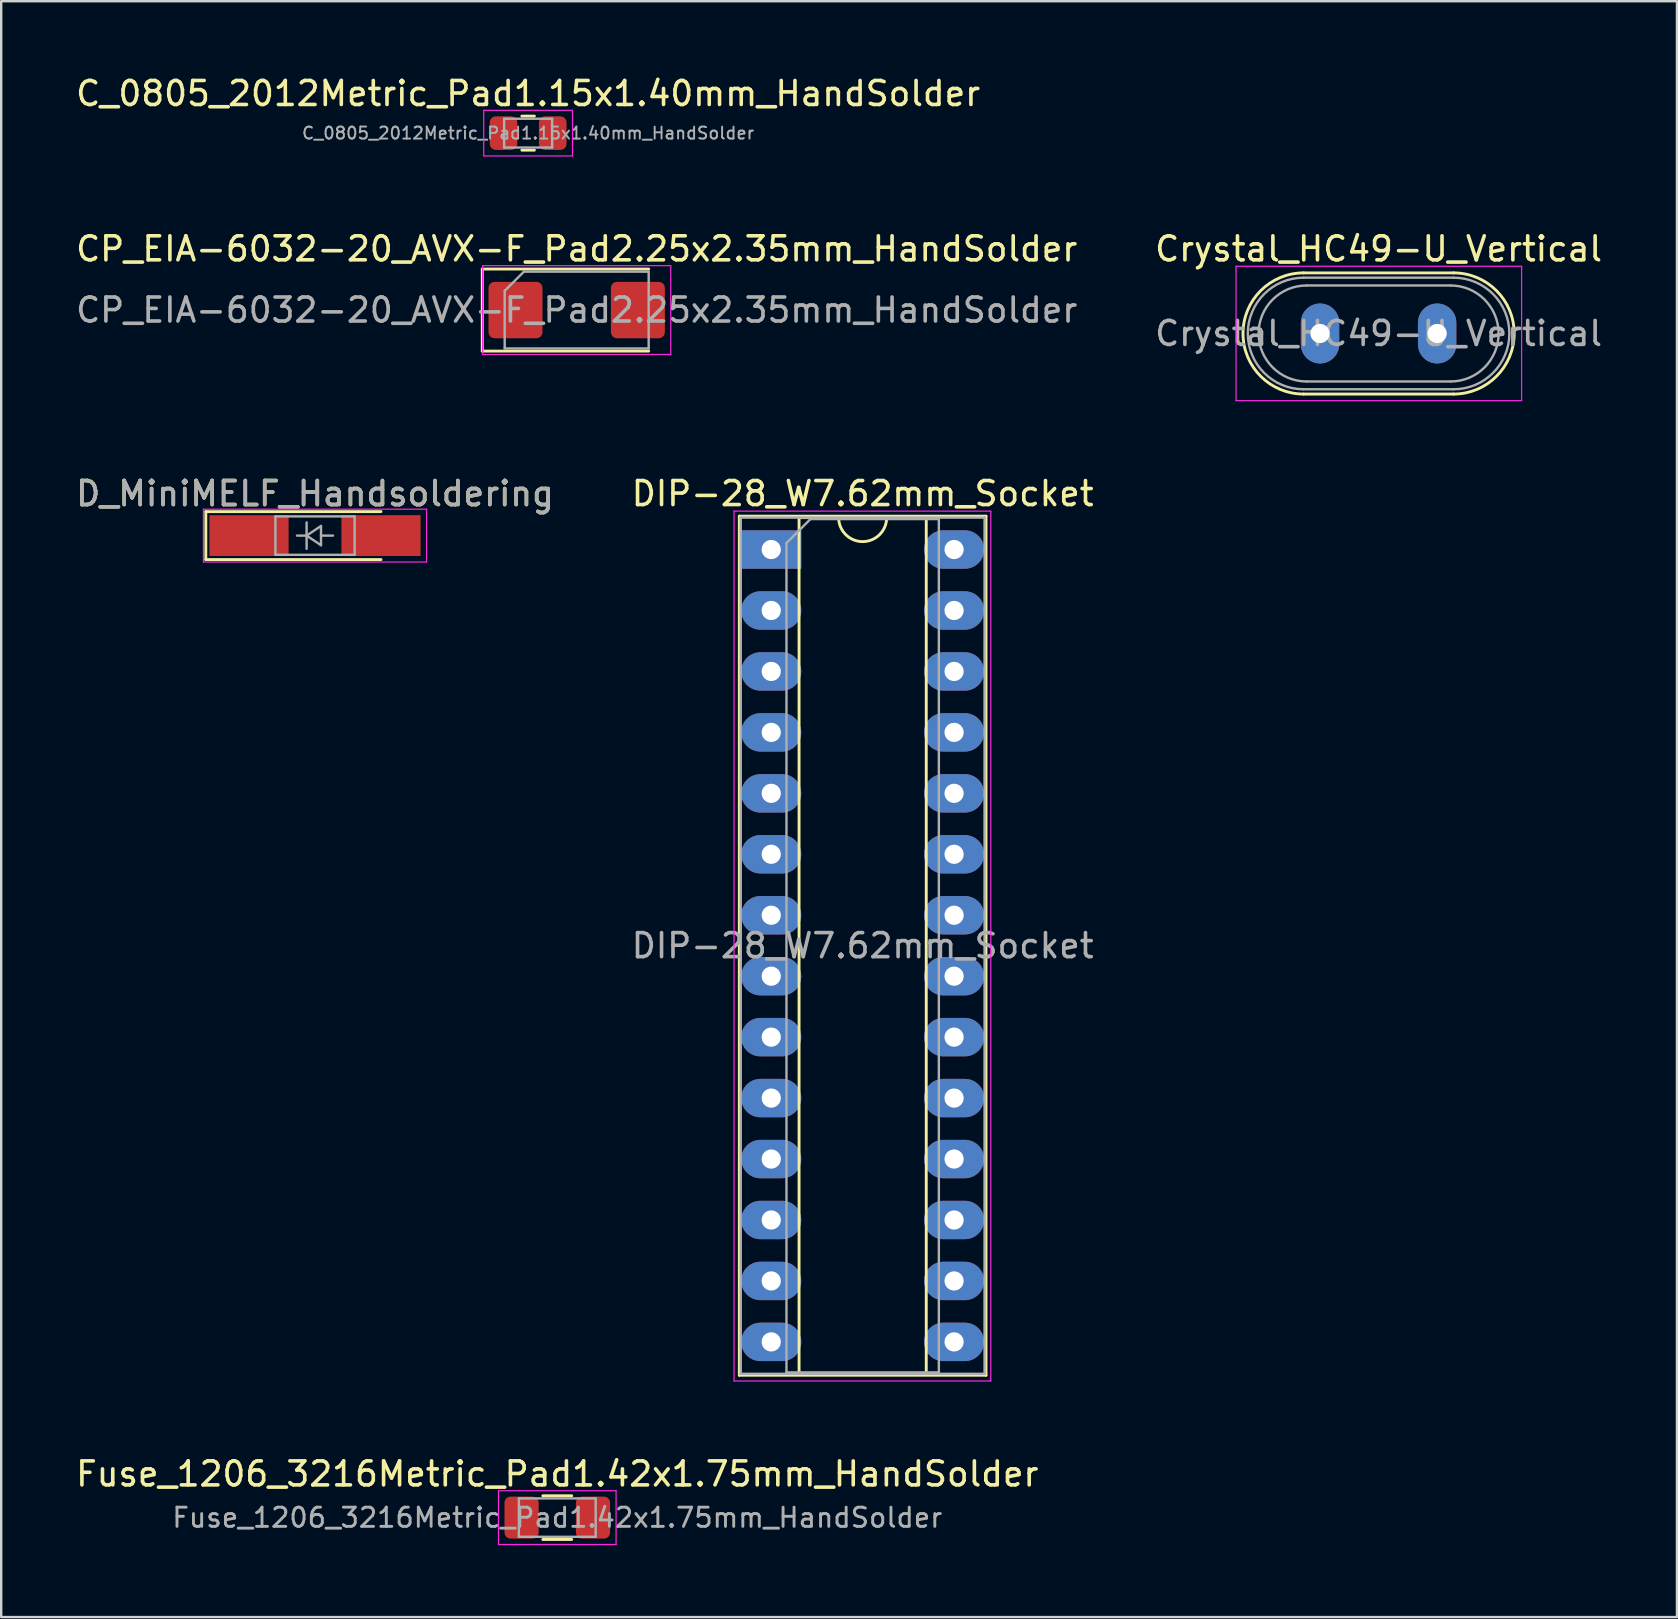
<source format=kicad_pcb>
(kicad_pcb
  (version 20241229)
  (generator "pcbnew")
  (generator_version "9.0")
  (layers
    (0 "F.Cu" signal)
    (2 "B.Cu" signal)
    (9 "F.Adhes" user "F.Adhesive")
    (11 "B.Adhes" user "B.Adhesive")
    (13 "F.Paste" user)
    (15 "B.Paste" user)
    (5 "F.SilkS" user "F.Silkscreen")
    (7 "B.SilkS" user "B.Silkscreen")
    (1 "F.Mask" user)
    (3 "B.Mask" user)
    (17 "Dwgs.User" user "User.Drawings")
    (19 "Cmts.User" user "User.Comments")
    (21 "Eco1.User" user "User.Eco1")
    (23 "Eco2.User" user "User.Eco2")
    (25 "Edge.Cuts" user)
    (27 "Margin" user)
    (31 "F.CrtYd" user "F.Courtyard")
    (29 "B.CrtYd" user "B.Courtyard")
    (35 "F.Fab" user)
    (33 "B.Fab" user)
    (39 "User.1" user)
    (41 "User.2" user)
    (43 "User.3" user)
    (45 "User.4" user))
  (footprint "Fuse_1206_3216Metric_Pad1.42x1.75mm_HandSolder"
    (layer "F.Cu")
    (at 20.173 60.193)
    (property "Reference" "Fuse_1206_3216Metric_Pad1.42x1.75mm_HandSolder" (at 0 -1.82 180) (layer "F.SilkS") (effects (font (size 1 1) (thickness 0.15))))
    (attr smd)
    (fp_line (start -0.602 -0.91) (end 0.602 -0.91) (stroke (width 0.12) (type solid)) (layer "F.SilkS"))
    (fp_line (start -0.602 0.91) (end 0.602 0.91) (stroke (width 0.12) (type solid)) (layer "F.SilkS"))
    (fp_line (start -2.45 -1.12) (end 2.45 -1.12) (stroke (width 0.05) (type solid)) (layer "F.CrtYd"))
    (fp_line (start -2.45 1.12) (end -2.45 -1.12) (stroke (width 0.05) (type solid)) (layer "F.CrtYd"))
    (fp_line (start 2.45 -1.12) (end 2.45 1.12) (stroke (width 0.05) (type solid)) (layer "F.CrtYd"))
    (fp_line (start 2.45 1.12) (end -2.45 1.12) (stroke (width 0.05) (type solid)) (layer "F.CrtYd"))
    (fp_line (start -1.6 -0.8) (end 1.6 -0.8) (stroke (width 0.1) (type solid)) (layer "F.Fab"))
    (fp_line (start -1.6 0.8) (end -1.6 -0.8) (stroke (width 0.1) (type solid)) (layer "F.Fab"))
    (fp_line (start 1.6 -0.8) (end 1.6 0.8) (stroke (width 0.1) (type solid)) (layer "F.Fab"))
    (fp_line (start 1.6 0.8) (end -1.6 0.8) (stroke (width 0.1) (type solid)) (layer "F.Fab"))
    (fp_text user "${REFERENCE}" (at 0 0 180) (layer "F.Fab") (effects (font (size 0.8 0.8) (thickness 0.12))))
    (pad "1" smd roundrect (at -1.488 0) (size 1.425 1.75) (layers "F.Cu" "F.Mask" "F.Paste") (roundrect_rratio 0.175))
    (pad "2" smd roundrect (at 1.488 0) (size 1.425 1.75) (layers "F.Cu" "F.Mask" "F.Paste") (roundrect_rratio 0.175)))
  (footprint "Crystal_HC49-U_Vertical"
    (layer "F.Cu")
    (at 51.959 10.847)
    (property "Reference" "Crystal_HC49-U_Vertical" (at 2.44 -3.525 180) (layer "F.SilkS") (effects (font (size 1 1) (thickness 0.15))))
    (attr through_hole)
    (fp_line (start -0.685 -2.525) (end 5.565 -2.525) (stroke (width 0.12) (type solid)) (layer "F.SilkS"))
    (fp_line (start -0.685 2.525) (end 5.565 2.525) (stroke (width 0.12) (type solid)) (layer "F.SilkS"))
    (fp_arc (start -0.685 2.525) (mid -3.21 0) (end -0.685 -2.525) (stroke (width 0.12) (type solid)) (layer "F.SilkS"))
    (fp_arc (start 5.565 -2.525) (mid 8.09 0) (end 5.565 2.525) (stroke (width 0.12) (type solid)) (layer "F.SilkS"))
    (fp_line (start -3.5 -2.8) (end -3.5 2.8) (stroke (width 0.05) (type solid)) (layer "F.CrtYd"))
    (fp_line (start -3.5 2.8) (end 8.4 2.8) (stroke (width 0.05) (type solid)) (layer "F.CrtYd"))
    (fp_line (start 8.4 -2.8) (end -3.5 -2.8) (stroke (width 0.05) (type solid)) (layer "F.CrtYd"))
    (fp_line (start 8.4 2.8) (end 8.4 -2.8) (stroke (width 0.05) (type solid)) (layer "F.CrtYd"))
    (fp_line (start -0.685 -2.325) (end 5.565 -2.325) (stroke (width 0.1) (type solid)) (layer "F.Fab"))
    (fp_line (start -0.685 2.325) (end 5.565 2.325) (stroke (width 0.1) (type solid)) (layer "F.Fab"))
    (fp_line (start -0.56 -2) (end 5.44 -2) (stroke (width 0.1) (type solid)) (layer "F.Fab"))
    (fp_line (start -0.56 2) (end 5.44 2) (stroke (width 0.1) (type solid)) (layer "F.Fab"))
    (fp_arc (start -0.685 2.325) (mid -3.01 0) (end -0.685 -2.325) (stroke (width 0.1) (type solid)) (layer "F.Fab"))
    (fp_arc (start -0.56 2) (mid -2.56 0) (end -0.56 -2) (stroke (width 0.1) (type solid)) (layer "F.Fab"))
    (fp_arc (start 5.44 -2) (mid 7.44 0) (end 5.44 2) (stroke (width 0.1) (type solid)) (layer "F.Fab"))
    (fp_arc (start 5.565 -2.325) (mid 7.89 0) (end 5.565 2.325) (stroke (width 0.1) (type solid)) (layer "F.Fab"))
    (fp_text user "${REFERENCE}" (at 2.44 0 180) (layer "F.Fab") (effects (font (size 1 1) (thickness 0.15))))
    (pad "1" thru_hole oval (at 0 0) (size 1.6 2.5) (drill 0.8) (layers "*.Cu" "*.Mask"))
    (pad "2" thru_hole oval (at 4.88 0) (size 1.6 2.5) (drill 0.8) (layers "*.Cu" "*.Mask")))
  (footprint "C_0805_2012Metric_Pad1.15x1.40mm_HandSolder"
    (layer "F.Cu")
    (at 18.958 2.498)
    (property "Reference" "C_0805_2012Metric_Pad1.15x1.40mm_HandSolder" (at 0 -1.65 0) (layer "F.SilkS") (effects (font (size 1 1) (thickness 0.15))))
    (attr smd)
    (fp_line (start -0.261 -0.71) (end 0.261 -0.71) (stroke (width 0.12) (type solid)) (layer "F.SilkS"))
    (fp_line (start -0.261 0.71) (end 0.261 0.71) (stroke (width 0.12) (type solid)) (layer "F.SilkS"))
    (fp_line (start -1.85 -0.95) (end 1.85 -0.95) (stroke (width 0.05) (type solid)) (layer "F.CrtYd"))
    (fp_line (start -1.85 0.95) (end -1.85 -0.95) (stroke (width 0.05) (type solid)) (layer "F.CrtYd"))
    (fp_line (start 1.85 -0.95) (end 1.85 0.95) (stroke (width 0.05) (type solid)) (layer "F.CrtYd"))
    (fp_line (start 1.85 0.95) (end -1.85 0.95) (stroke (width 0.05) (type solid)) (layer "F.CrtYd"))
    (fp_line (start -1 -0.6) (end 1 -0.6) (stroke (width 0.1) (type solid)) (layer "F.Fab"))
    (fp_line (start -1 0.6) (end -1 -0.6) (stroke (width 0.1) (type solid)) (layer "F.Fab"))
    (fp_line (start 1 -0.6) (end 1 0.6) (stroke (width 0.1) (type solid)) (layer "F.Fab"))
    (fp_line (start 1 0.6) (end -1 0.6) (stroke (width 0.1) (type solid)) (layer "F.Fab"))
    (fp_text user "${REFERENCE}" (at 0 0 0) (layer "F.Fab") (effects (font (size 0.5 0.5) (thickness 0.08))))
    (pad "1" smd roundrect (at -1.025 0) (size 1.15 1.4) (layers "F.Cu" "F.Mask" "F.Paste") (roundrect_rratio 0.217))
    (pad "2" smd roundrect (at 1.025 0) (size 1.15 1.4) (layers "F.Cu" "F.Mask" "F.Paste") (roundrect_rratio 0.217)))
  (footprint "DIP-28_W7.62mm_Socket"
    (layer "F.Cu")
    (at 29.089 19.85)
    (property "Reference" "DIP-28_W7.62mm_Socket" (at 3.81 -2.33 0) (layer "F.SilkS") (effects (font (size 1 1) (thickness 0.15))))
    (attr through_hole)
    (fp_line (start -1.33 -1.39) (end -1.33 34.41) (stroke (width 0.12) (type solid)) (layer "F.SilkS"))
    (fp_line (start -1.33 34.41) (end 8.95 34.41) (stroke (width 0.12) (type solid)) (layer "F.SilkS"))
    (fp_line (start 1.16 -1.33) (end 1.16 34.35) (stroke (width 0.12) (type solid)) (layer "F.SilkS"))
    (fp_line (start 1.16 34.35) (end 6.46 34.35) (stroke (width 0.12) (type solid)) (layer "F.SilkS"))
    (fp_line (start 2.81 -1.33) (end 1.16 -1.33) (stroke (width 0.12) (type solid)) (layer "F.SilkS"))
    (fp_line (start 6.46 -1.33) (end 4.81 -1.33) (stroke (width 0.12) (type solid)) (layer "F.SilkS"))
    (fp_line (start 6.46 34.35) (end 6.46 -1.33) (stroke (width 0.12) (type solid)) (layer "F.SilkS"))
    (fp_line (start 8.95 -1.39) (end -1.33 -1.39) (stroke (width 0.12) (type solid)) (layer "F.SilkS"))
    (fp_line (start 8.95 34.41) (end 8.95 -1.39) (stroke (width 0.12) (type solid)) (layer "F.SilkS"))
    (fp_arc (start 4.81 -1.33) (mid 3.81 -0.33) (end 2.81 -1.33) (stroke (width 0.12) (type solid)) (layer "F.SilkS"))
    (fp_line (start -1.55 -1.6) (end -1.55 34.65) (stroke (width 0.05) (type solid)) (layer "F.CrtYd"))
    (fp_line (start -1.55 34.65) (end 9.15 34.65) (stroke (width 0.05) (type solid)) (layer "F.CrtYd"))
    (fp_line (start 9.15 -1.6) (end -1.55 -1.6) (stroke (width 0.05) (type solid)) (layer "F.CrtYd"))
    (fp_line (start 9.15 34.65) (end 9.15 -1.6) (stroke (width 0.05) (type solid)) (layer "F.CrtYd"))
    (fp_line (start -1.27 -1.33) (end -1.27 34.35) (stroke (width 0.1) (type solid)) (layer "F.Fab"))
    (fp_line (start -1.27 34.35) (end 8.89 34.35) (stroke (width 0.1) (type solid)) (layer "F.Fab"))
    (fp_line (start 0.635 -0.27) (end 1.635 -1.27) (stroke (width 0.1) (type solid)) (layer "F.Fab"))
    (fp_line (start 0.635 34.29) (end 0.635 -0.27) (stroke (width 0.1) (type solid)) (layer "F.Fab"))
    (fp_line (start 1.635 -1.27) (end 6.985 -1.27) (stroke (width 0.1) (type solid)) (layer "F.Fab"))
    (fp_line (start 6.985 -1.27) (end 6.985 34.29) (stroke (width 0.1) (type solid)) (layer "F.Fab"))
    (fp_line (start 6.985 34.29) (end 0.635 34.29) (stroke (width 0.1) (type solid)) (layer "F.Fab"))
    (fp_line (start 8.89 -1.33) (end -1.27 -1.33) (stroke (width 0.1) (type solid)) (layer "F.Fab"))
    (fp_line (start 8.89 34.35) (end 8.89 -1.33) (stroke (width 0.1) (type solid)) (layer "F.Fab"))
    (fp_text user "${REFERENCE}" (at 3.81 16.51 0) (layer "F.Fab") (effects (font (size 1 1) (thickness 0.15))))
    (pad "1" thru_hole rect (at 0 0) (size 2.5 1.6) (drill 0.8) (layers "*.Cu" "*.Mask"))
    (pad "2" thru_hole oval (at 0 2.54) (size 2.5 1.6) (drill 0.8) (layers "*.Cu" "*.Mask"))
    (pad "3" thru_hole oval (at 0 5.08) (size 2.5 1.6) (drill 0.8) (layers "*.Cu" "*.Mask"))
    (pad "4" thru_hole oval (at 0 7.62) (size 2.5 1.6) (drill 0.8) (layers "*.Cu" "*.Mask"))
    (pad "5" thru_hole oval (at 0 10.16) (size 2.5 1.6) (drill 0.8) (layers "*.Cu" "*.Mask"))
    (pad "6" thru_hole oval (at 0 12.7) (size 2.5 1.6) (drill 0.8) (layers "*.Cu" "*.Mask"))
    (pad "7" thru_hole oval (at 0 15.24) (size 2.5 1.6) (drill 0.8) (layers "*.Cu" "*.Mask"))
    (pad "8" thru_hole oval (at 0 17.78) (size 2.5 1.6) (drill 0.8) (layers "*.Cu" "*.Mask"))
    (pad "9" thru_hole oval (at 0 20.32) (size 2.5 1.6) (drill 0.8) (layers "*.Cu" "*.Mask"))
    (pad "10" thru_hole oval (at 0 22.86) (size 2.5 1.6) (drill 0.8) (layers "*.Cu" "*.Mask"))
    (pad "11" thru_hole oval (at 0 25.4) (size 2.5 1.6) (drill 0.8) (layers "*.Cu" "*.Mask"))
    (pad "12" thru_hole oval (at 0 27.94) (size 2.5 1.6) (drill 0.8) (layers "*.Cu" "*.Mask"))
    (pad "13" thru_hole oval (at 0 30.48) (size 2.5 1.6) (drill 0.8) (layers "*.Cu" "*.Mask"))
    (pad "14" thru_hole oval (at 0 33.02) (size 2.5 1.6) (drill 0.8) (layers "*.Cu" "*.Mask"))
    (pad "15" thru_hole oval (at 7.62 33.02) (size 2.5 1.6) (drill 0.8) (layers "*.Cu" "*.Mask"))
    (pad "16" thru_hole oval (at 7.62 30.48) (size 2.5 1.6) (drill 0.8) (layers "*.Cu" "*.Mask"))
    (pad "17" thru_hole oval (at 7.62 27.94) (size 2.5 1.6) (drill 0.8) (layers "*.Cu" "*.Mask"))
    (pad "18" thru_hole oval (at 7.62 25.4) (size 2.5 1.6) (drill 0.8) (layers "*.Cu" "*.Mask"))
    (pad "19" thru_hole oval (at 7.62 22.86) (size 2.5 1.6) (drill 0.8) (layers "*.Cu" "*.Mask"))
    (pad "20" thru_hole oval (at 7.62 20.32) (size 2.5 1.6) (drill 0.8) (layers "*.Cu" "*.Mask"))
    (pad "21" thru_hole oval (at 7.62 17.78) (size 2.5 1.6) (drill 0.8) (layers "*.Cu" "*.Mask"))
    (pad "22" thru_hole oval (at 7.62 15.24) (size 2.5 1.6) (drill 0.8) (layers "*.Cu" "*.Mask"))
    (pad "23" thru_hole oval (at 7.62 12.7) (size 2.5 1.6) (drill 0.8) (layers "*.Cu" "*.Mask"))
    (pad "24" thru_hole oval (at 7.62 10.16) (size 2.5 1.6) (drill 0.8) (layers "*.Cu" "*.Mask"))
    (pad "25" thru_hole oval (at 7.62 7.62) (size 2.5 1.6) (drill 0.8) (layers "*.Cu" "*.Mask"))
    (pad "26" thru_hole oval (at 7.62 5.08) (size 2.5 1.6) (drill 0.8) (layers "*.Cu" "*.Mask"))
    (pad "27" thru_hole oval (at 7.62 2.54) (size 2.5 1.6) (drill 0.8) (layers "*.Cu" "*.Mask"))
    (pad "28" thru_hole oval (at 7.62 0) (size 2.5 1.6) (drill 0.8) (layers "*.Cu" "*.Mask")))
  (footprint "CP_EIA-6032-20_AVX-F_Pad2.25x2.35mm_HandSolder"
    (layer "F.Cu")
    (at 20.982 9.871)
    (property "Reference" "CP_EIA-6032-20_AVX-F_Pad2.25x2.35mm_HandSolder" (at 0 -2.55 0) (layer "F.SilkS") (effects (font (size 1 1) (thickness 0.15))))
    (attr smd)
    (fp_line (start -3.935 -1.71) (end -3.935 1.71) (stroke (width 0.12) (type solid)) (layer "F.SilkS"))
    (fp_line (start -3.935 1.71) (end 3 1.71) (stroke (width 0.12) (type solid)) (layer "F.SilkS"))
    (fp_line (start 3 -1.71) (end -3.935 -1.71) (stroke (width 0.12) (type solid)) (layer "F.SilkS"))
    (fp_line (start -3.92 -1.85) (end 3.92 -1.85) (stroke (width 0.05) (type solid)) (layer "F.CrtYd"))
    (fp_line (start -3.92 1.85) (end -3.92 -1.85) (stroke (width 0.05) (type solid)) (layer "F.CrtYd"))
    (fp_line (start 3.92 -1.85) (end 3.92 1.85) (stroke (width 0.05) (type solid)) (layer "F.CrtYd"))
    (fp_line (start 3.92 1.85) (end -3.92 1.85) (stroke (width 0.05) (type solid)) (layer "F.CrtYd"))
    (fp_line (start -3 -0.8) (end -3 1.6) (stroke (width 0.1) (type solid)) (layer "F.Fab"))
    (fp_line (start -3 1.6) (end 3 1.6) (stroke (width 0.1) (type solid)) (layer "F.Fab"))
    (fp_line (start -2.2 -1.6) (end -3 -0.8) (stroke (width 0.1) (type solid)) (layer "F.Fab"))
    (fp_line (start 3 -1.6) (end -2.2 -1.6) (stroke (width 0.1) (type solid)) (layer "F.Fab"))
    (fp_line (start 3 1.6) (end 3 -1.6) (stroke (width 0.1) (type solid)) (layer "F.Fab"))
    (fp_text user "${REFERENCE}" (at 0 0 0) (layer "F.Fab") (effects (font (size 1 1) (thickness 0.15))))
    (pad "1" smd roundrect (at -2.55 0) (size 2.25 2.35) (layers "F.Cu" "F.Mask" "F.Paste") (roundrect_rratio 0.111))
    (pad "2" smd roundrect (at 2.55 0) (size 2.25 2.35) (layers "F.Cu" "F.Mask" "F.Paste") (roundrect_rratio 0.111)))
  (footprint "D_MiniMELF_Handsoldering"
    (layer "F.Cu")
    (at 10.077 19.27)
    (property "Reference" "D_MiniMELF_Handsoldering" (at 0 -1.75 180) (layer "F.SilkS") (effects (font (size 1 1) (thickness 0.15))))
    (attr smd)
    (fp_line (start -4.55 -1) (end -4.55 1) (stroke (width 0.12) (type solid)) (layer "F.SilkS"))
    (fp_line (start -4.55 1) (end 2.75 1) (stroke (width 0.12) (type solid)) (layer "F.SilkS"))
    (fp_line (start 2.75 -1) (end -4.55 -1) (stroke (width 0.12) (type solid)) (layer "F.SilkS"))
    (fp_line (start -4.65 -1.1) (end 4.65 -1.1) (stroke (width 0.05) (type solid)) (layer "F.CrtYd"))
    (fp_line (start -4.65 1.1) (end -4.65 -1.1) (stroke (width 0.05) (type solid)) (layer "F.CrtYd"))
    (fp_line (start 4.65 -1.1) (end 4.65 1.1) (stroke (width 0.05) (type solid)) (layer "F.CrtYd"))
    (fp_line (start 4.65 1.1) (end -4.65 1.1) (stroke (width 0.05) (type solid)) (layer "F.CrtYd"))
    (fp_line (start -1.65 -0.8) (end 1.65 -0.8) (stroke (width 0.1) (type solid)) (layer "F.Fab"))
    (fp_line (start -1.65 0.8) (end -1.65 -0.8) (stroke (width 0.1) (type solid)) (layer "F.Fab"))
    (fp_line (start -0.75 0) (end -0.35 0) (stroke (width 0.1) (type solid)) (layer "F.Fab"))
    (fp_line (start -0.35 0) (end -0.35 -0.55) (stroke (width 0.1) (type solid)) (layer "F.Fab"))
    (fp_line (start -0.35 0) (end -0.35 0.55) (stroke (width 0.1) (type solid)) (layer "F.Fab"))
    (fp_line (start -0.35 0) (end 0.25 -0.4) (stroke (width 0.1) (type solid)) (layer "F.Fab"))
    (fp_line (start 0.25 -0.4) (end 0.25 0.4) (stroke (width 0.1) (type solid)) (layer "F.Fab"))
    (fp_line (start 0.25 0) (end 0.75 0) (stroke (width 0.1) (type solid)) (layer "F.Fab"))
    (fp_line (start 0.25 0.4) (end -0.35 0) (stroke (width 0.1) (type solid)) (layer "F.Fab"))
    (fp_line (start 1.65 -0.8) (end 1.65 0.8) (stroke (width 0.1) (type solid)) (layer "F.Fab"))
    (fp_line (start 1.65 0.8) (end -1.65 0.8) (stroke (width 0.1) (type solid)) (layer "F.Fab"))
    (fp_text user "${REFERENCE}" (at 0 -1.75 180) (layer "F.Fab") (effects (font (size 1 1) (thickness 0.15))))
    (pad "1" smd rect (at -2.75 0) (size 3.3 1.7) (layers "F.Cu" "F.Mask" "F.Paste"))
    (pad "2" smd rect (at 2.75 0) (size 3.3 1.7) (layers "F.Cu" "F.Mask" "F.Paste")))
  (gr_rect
    (start -3 -3)
    (end 66.833 64.338)
    (stroke (width 0.1) (type default))
    (fill no)
    (layer "Edge.Cuts")))
</source>
